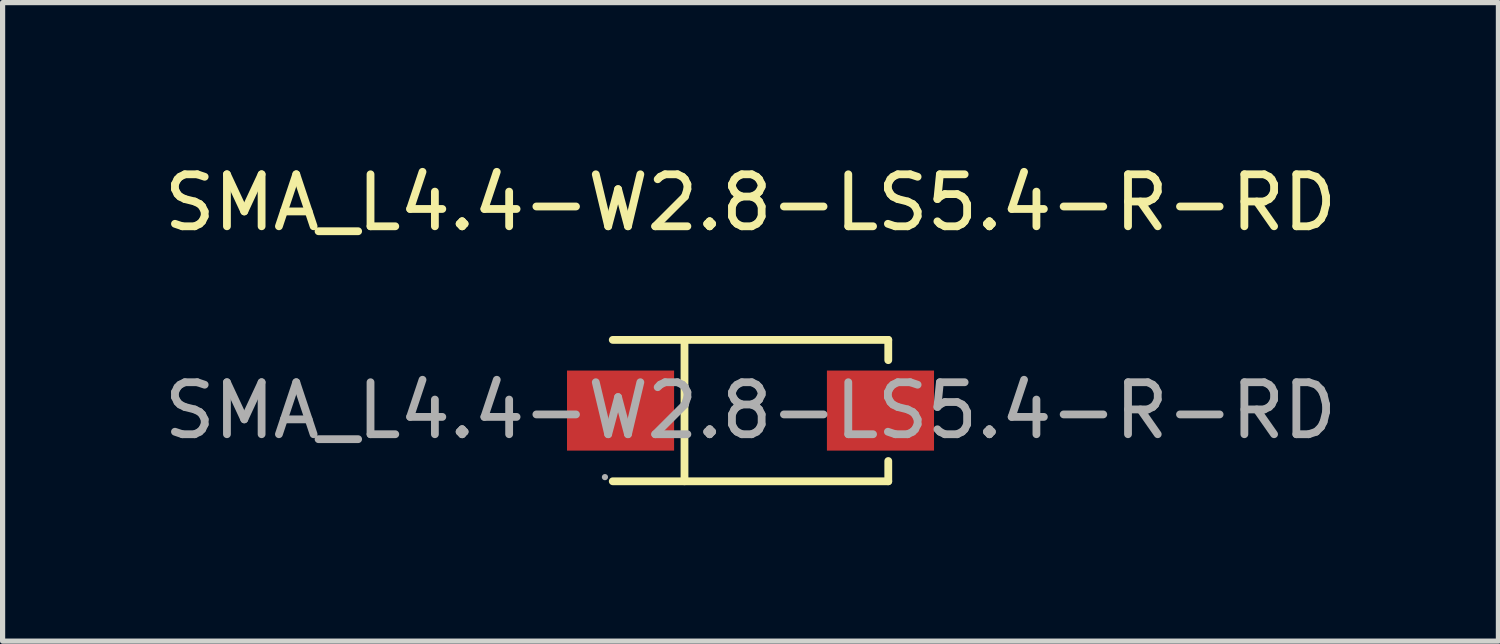
<source format=kicad_pcb>
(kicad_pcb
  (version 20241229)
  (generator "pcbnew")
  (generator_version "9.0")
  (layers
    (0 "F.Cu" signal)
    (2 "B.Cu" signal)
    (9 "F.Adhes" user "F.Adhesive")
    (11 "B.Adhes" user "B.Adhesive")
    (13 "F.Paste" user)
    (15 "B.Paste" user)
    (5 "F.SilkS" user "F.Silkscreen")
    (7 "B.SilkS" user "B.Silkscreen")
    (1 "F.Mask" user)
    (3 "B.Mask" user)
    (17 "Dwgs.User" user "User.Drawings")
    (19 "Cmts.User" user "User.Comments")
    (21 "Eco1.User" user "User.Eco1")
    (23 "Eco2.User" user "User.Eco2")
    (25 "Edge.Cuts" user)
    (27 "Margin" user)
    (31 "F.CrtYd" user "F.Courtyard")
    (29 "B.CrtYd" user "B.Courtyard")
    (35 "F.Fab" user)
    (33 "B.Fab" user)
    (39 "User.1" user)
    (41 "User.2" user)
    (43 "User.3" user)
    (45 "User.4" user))
  (footprint "SMA_L4.4-W2.8-LS5.4-R-RD"
    (layer "F.Cu")
    (at 11.387 4.848)
    (property "Reference" "SMA_L4.4-W2.8-LS5.4-R-RD" (at 0 -4 0) (layer "F.SilkS") (effects (font (size 1 1) (thickness 0.15))))
    (attr smd)
    (fp_line (start -2.65 -1.36) (end 2.65 -1.36) (stroke (width 0.15) (type solid)) (layer "F.SilkS"))
    (fp_line (start -2.65 1.36) (end 2.65 1.36) (stroke (width 0.15) (type solid)) (layer "F.SilkS"))
    (fp_line (start -1.27 -1.36) (end -1.27 1.36) (stroke (width 0.15) (type solid)) (layer "F.SilkS"))
    (fp_line (start 2.65 -1.36) (end 2.65 -0.97) (stroke (width 0.15) (type solid)) (layer "F.SilkS"))
    (fp_line (start 2.65 1.36) (end 2.65 0.97) (stroke (width 0.15) (type solid)) (layer "F.SilkS"))
    (fp_circle (center -2.8 1.28) (end -2.77 1.28) (stroke (width 0.06) (type solid)) (fill no) (layer "F.Fab"))
    (fp_text user "${REFERENCE}" (at 0 0 0) (layer "F.Fab") (effects (font (size 1 1) (thickness 0.15))))
    (pad "1" smd rect (at 2.5 0) (size 2.06 1.54) (layers "F.Cu" "F.Mask" "F.Paste"))
    (pad "2" smd rect (at -2.5 0) (size 2.06 1.54) (layers "F.Cu" "F.Mask" "F.Paste")))
  (gr_rect
    (start -3 -3)
    (end 25.774 9.283)
    (stroke (width 0.1) (type default))
    (fill no)
    (layer "Edge.Cuts")))
</source>
